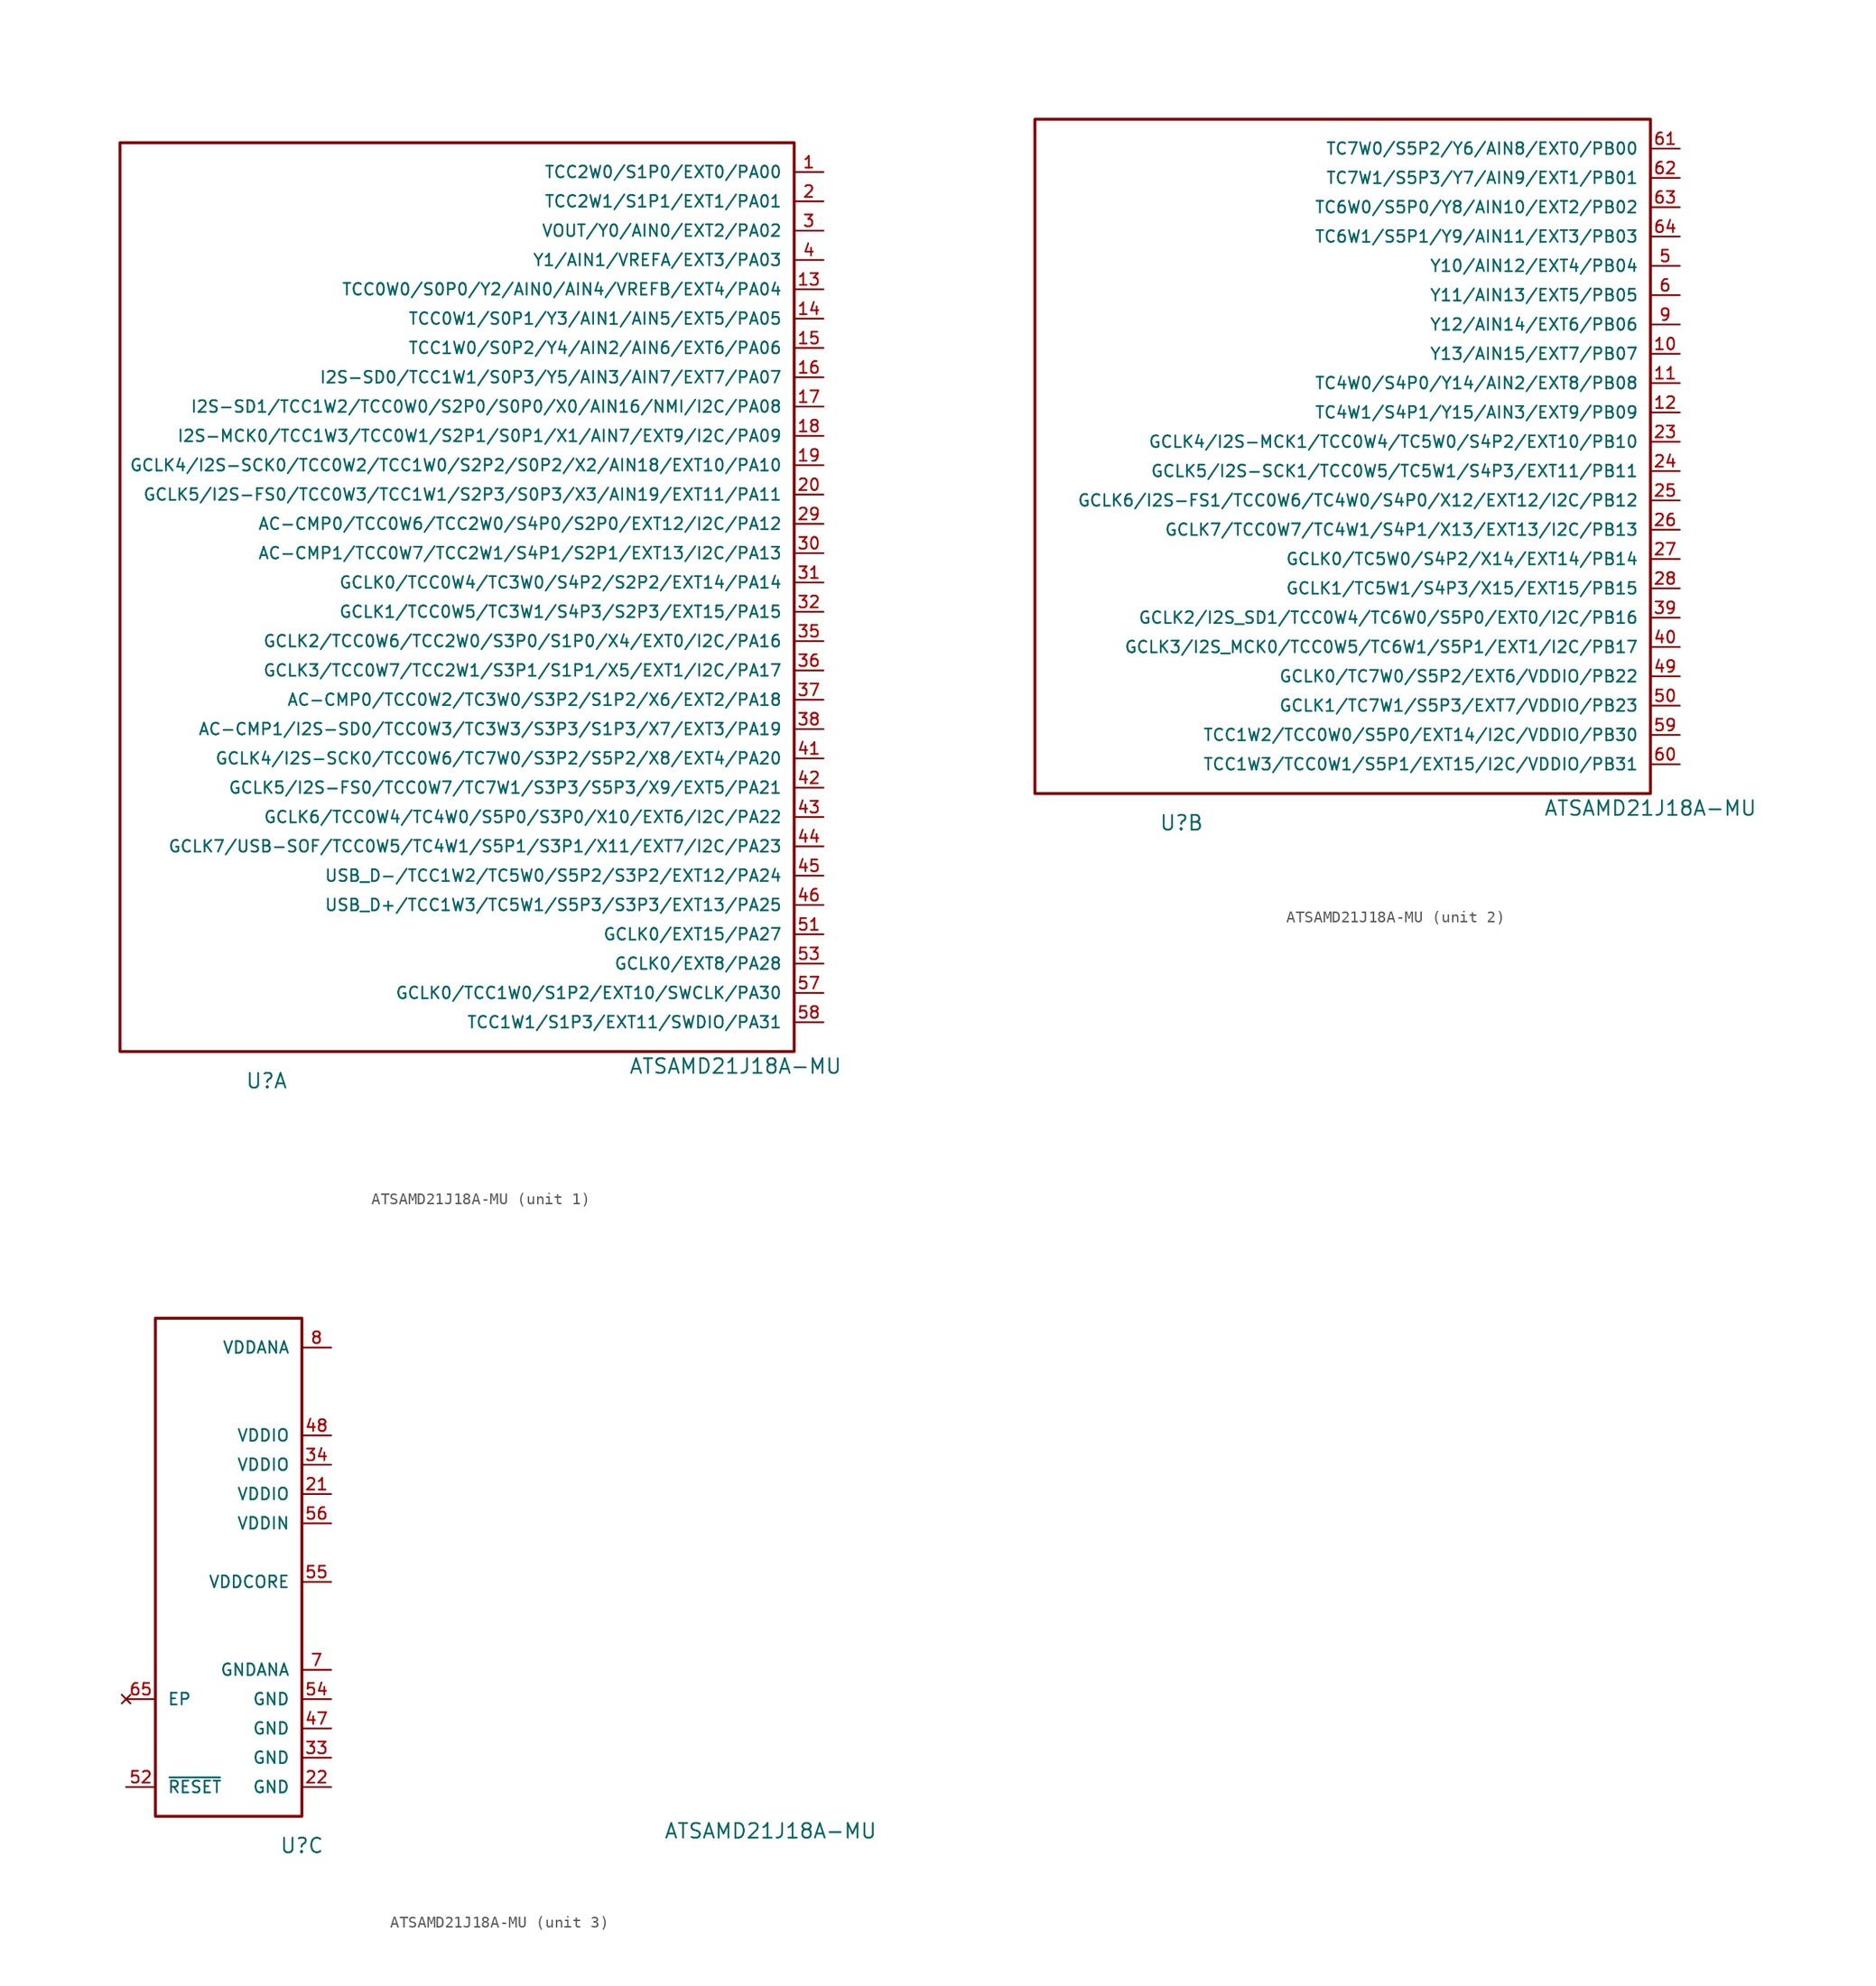
<source format=kicad_sym>
(kicad_symbol_lib
  (version 20220914)
  (generator kicad_symbol_editor)
  (symbol "ATSAMD21J18A-MU"
    (pin_names
      (offset 1.016))
    (property "Reference" "U"
      (at 12.7 -2.54 0)
      (effects (font (size 1.27 1.27))))
    (property "Value" "ATSAMD21J18A-MU"
      (at 53.34 -1.27 0)
      (effects (font (size 1.27 1.27))))
    (property "ki_locked" ""
      (at 0 0 0)
      (effects (font (size 1.27 1.27))))
    (symbol "ATSAMD21J18A-MU_1_1"
      (rectangle (start 0 78.74) (end 58.42 0) (stroke (width 0.254) (type solid)) (fill (type none)))
      (pin bidirectional line (at 60.96 76.2 180) (length 2.54) (name "TCC2W0/S1P0/EXT0/PA00" (effects (font (size 1.016 1.016)))) (number "1" (effects (font (size 1.016 1.016)))))
      (pin bidirectional line (at 60.96 66.04 180) (length 2.54) (name "TCC0W0/S0P0/Y2/AIN0/AIN4/VREFB/EXT4/PA04" (effects (font (size 1.016 1.016)))) (number "13" (effects (font (size 1.016 1.016)))))
      (pin bidirectional line (at 60.96 63.5 180) (length 2.54) (name "TCC0W1/S0P1/Y3/AIN1/AIN5/EXT5/PA05" (effects (font (size 1.016 1.016)))) (number "14" (effects (font (size 1.016 1.016)))))
      (pin bidirectional line (at 60.96 60.96 180) (length 2.54) (name "TCC1W0/S0P2/Y4/AIN2/AIN6/EXT6/PA06" (effects (font (size 1.016 1.016)))) (number "15" (effects (font (size 1.016 1.016)))))
      (pin bidirectional line (at 60.96 58.42 180) (length 2.54) (name "I2S-SD0/TCC1W1/S0P3/Y5/AIN3/AIN7/EXT7/PA07" (effects (font (size 1.016 1.016)))) (number "16" (effects (font (size 1.016 1.016)))))
      (pin bidirectional line (at 60.96 55.88 180) (length 2.54) (name "I2S-SD1/TCC1W2/TCC0W0/S2P0/S0P0/X0/AIN16/NMI/I2C/PA08" (effects (font (size 1.016 1.016)))) (number "17" (effects (font (size 1.016 1.016)))))
      (pin bidirectional line (at 60.96 53.34 180) (length 2.54) (name "I2S-MCK0/TCC1W3/TCC0W1/S2P1/S0P1/X1/AIN7/EXT9/I2C/PA09" (effects (font (size 1.016 1.016)))) (number "18" (effects (font (size 1.016 1.016)))))
      (pin bidirectional line (at 60.96 50.8 180) (length 2.54) (name "GCLK4/I2S-SCK0/TCC0W2/TCC1W0/S2P2/S0P2/X2/AIN18/EXT10/PA10" (effects (font (size 1.016 1.016)))) (number "19" (effects (font (size 1.016 1.016)))))
      (pin bidirectional line (at 60.96 73.66 180) (length 2.54) (name "TCC2W1/S1P1/EXT1/PA01" (effects (font (size 1.016 1.016)))) (number "2" (effects (font (size 1.016 1.016)))))
      (pin bidirectional line (at 60.96 48.26 180) (length 2.54) (name "GCLK5/I2S-FS0/TCC0W3/TCC1W1/S2P3/S0P3/X3/AIN19/EXT11/PA11" (effects (font (size 1.016 1.016)))) (number "20" (effects (font (size 1.016 1.016)))))
      (pin bidirectional line (at 60.96 45.72 180) (length 2.54) (name "AC-CMP0/TCC0W6/TCC2W0/S4P0/S2P0/EXT12/I2C/PA12" (effects (font (size 1.016 1.016)))) (number "29" (effects (font (size 1.016 1.016)))))
      (pin bidirectional line (at 60.96 71.12 180) (length 2.54) (name "VOUT/Y0/AIN0/EXT2/PA02" (effects (font (size 1.016 1.016)))) (number "3" (effects (font (size 1.016 1.016)))))
      (pin bidirectional line (at 60.96 43.18 180) (length 2.54) (name "AC-CMP1/TCC0W7/TCC2W1/S4P1/S2P1/EXT13/I2C/PA13" (effects (font (size 1.016 1.016)))) (number "30" (effects (font (size 1.016 1.016)))))
      (pin bidirectional line (at 60.96 40.64 180) (length 2.54) (name "GCLK0/TCC0W4/TC3W0/S4P2/S2P2/EXT14/PA14" (effects (font (size 1.016 1.016)))) (number "31" (effects (font (size 1.016 1.016)))))
      (pin bidirectional line (at 60.96 38.1 180) (length 2.54) (name "GCLK1/TCC0W5/TC3W1/S4P3/S2P3/EXT15/PA15" (effects (font (size 1.016 1.016)))) (number "32" (effects (font (size 1.016 1.016)))))
      (pin bidirectional line (at 60.96 35.56 180) (length 2.54) (name "GCLK2/TCC0W6/TCC2W0/S3P0/S1P0/X4/EXT0/I2C/PA16" (effects (font (size 1.016 1.016)))) (number "35" (effects (font (size 1.016 1.016)))))
      (pin bidirectional line (at 60.96 33.02 180) (length 2.54) (name "GCLK3/TCC0W7/TCC2W1/S3P1/S1P1/X5/EXT1/I2C/PA17" (effects (font (size 1.016 1.016)))) (number "36" (effects (font (size 1.016 1.016)))))
      (pin bidirectional line (at 60.96 30.48 180) (length 2.54) (name "AC-CMP0/TCC0W2/TC3W0/S3P2/S1P2/X6/EXT2/PA18" (effects (font (size 1.016 1.016)))) (number "37" (effects (font (size 1.016 1.016)))))
      (pin bidirectional line (at 60.96 27.94 180) (length 2.54) (name "AC-CMP1/I2S-SD0/TCC0W3/TC3W3/S3P3/S1P3/X7/EXT3/PA19" (effects (font (size 1.016 1.016)))) (number "38" (effects (font (size 1.016 1.016)))))
      (pin bidirectional line (at 60.96 68.58 180) (length 2.54) (name "Y1/AIN1/VREFA/EXT3/PA03" (effects (font (size 1.016 1.016)))) (number "4" (effects (font (size 1.016 1.016)))))
      (pin bidirectional line (at 60.96 25.4 180) (length 2.54) (name "GCLK4/I2S-SCK0/TCC0W6/TC7W0/S3P2/S5P2/X8/EXT4/PA20" (effects (font (size 1.016 1.016)))) (number "41" (effects (font (size 1.016 1.016)))))
      (pin bidirectional line (at 60.96 22.86 180) (length 2.54) (name "GCLK5/I2S-FS0/TCC0W7/TC7W1/S3P3/S5P3/X9/EXT5/PA21" (effects (font (size 1.016 1.016)))) (number "42" (effects (font (size 1.016 1.016)))))
      (pin bidirectional line (at 60.96 20.32 180) (length 2.54) (name "GCLK6/TCC0W4/TC4W0/S5P0/S3P0/X10/EXT6/I2C/PA22" (effects (font (size 1.016 1.016)))) (number "43" (effects (font (size 1.016 1.016)))))
      (pin bidirectional line (at 60.96 17.78 180) (length 2.54) (name "GCLK7/USB-SOF/TCC0W5/TC4W1/S5P1/S3P1/X11/EXT7/I2C/PA23" (effects (font (size 1.016 1.016)))) (number "44" (effects (font (size 1.016 1.016)))))
      (pin bidirectional line (at 60.96 15.24 180) (length 2.54) (name "USB_D-/TCC1W2/TC5W0/S5P2/S3P2/EXT12/PA24" (effects (font (size 1.016 1.016)))) (number "45" (effects (font (size 1.016 1.016)))))
      (pin bidirectional line (at 60.96 12.7 180) (length 2.54) (name "USB_D+/TCC1W3/TC5W1/S5P3/S3P3/EXT13/PA25" (effects (font (size 1.016 1.016)))) (number "46" (effects (font (size 1.016 1.016)))))
      (pin bidirectional line (at 60.96 10.16 180) (length 2.54) (name "GCLK0/EXT15/PA27" (effects (font (size 1.016 1.016)))) (number "51" (effects (font (size 1.016 1.016)))))
      (pin bidirectional line (at 60.96 7.62 180) (length 2.54) (name "GCLK0/EXT8/PA28" (effects (font (size 1.016 1.016)))) (number "53" (effects (font (size 1.016 1.016)))))
      (pin bidirectional line (at 60.96 5.08 180) (length 2.54) (name "GCLK0/TCC1W0/S1P2/EXT10/SWCLK/PA30" (effects (font (size 1.016 1.016)))) (number "57" (effects (font (size 1.016 1.016)))))
      (pin bidirectional line (at 60.96 2.54 180) (length 2.54) (name "TCC1W1/S1P3/EXT11/SWDIO/PA31" (effects (font (size 1.016 1.016)))) (number "58" (effects (font (size 1.016 1.016))))))
    (symbol "ATSAMD21J18A-MU_2_1"
      (rectangle (start 53.34 58.42) (end 0 0) (stroke (width 0.254) (type solid)) (fill (type none)))
      (pin bidirectional line (at 55.88 38.1 180) (length 2.54) (name "Y13/AIN15/EXT7/PB07" (effects (font (size 1.016 1.016)))) (number "10" (effects (font (size 1.016 1.016)))))
      (pin bidirectional line (at 55.88 35.56 180) (length 2.54) (name "TC4W0/S4P0/Y14/AIN2/EXT8/PB08" (effects (font (size 1.016 1.016)))) (number "11" (effects (font (size 1.016 1.016)))))
      (pin bidirectional line (at 55.88 33.02 180) (length 2.54) (name "TC4W1/S4P1/Y15/AIN3/EXT9/PB09" (effects (font (size 1.016 1.016)))) (number "12" (effects (font (size 1.016 1.016)))))
      (pin bidirectional line (at 55.88 30.48 180) (length 2.54) (name "GCLK4/I2S-MCK1/TCC0W4/TC5W0/S4P2/EXT10/PB10" (effects (font (size 1.016 1.016)))) (number "23" (effects (font (size 1.016 1.016)))))
      (pin bidirectional line (at 55.88 27.94 180) (length 2.54) (name "GCLK5/I2S-SCK1/TCC0W5/TC5W1/S4P3/EXT11/PB11" (effects (font (size 1.016 1.016)))) (number "24" (effects (font (size 1.016 1.016)))))
      (pin bidirectional line (at 55.88 25.4 180) (length 2.54) (name "GCLK6/I2S-FS1/TCC0W6/TC4W0/S4P0/X12/EXT12/I2C/PB12" (effects (font (size 1.016 1.016)))) (number "25" (effects (font (size 1.016 1.016)))))
      (pin bidirectional line (at 55.88 22.86 180) (length 2.54) (name "GCLK7/TCC0W7/TC4W1/S4P1/X13/EXT13/I2C/PB13" (effects (font (size 1.016 1.016)))) (number "26" (effects (font (size 1.016 1.016)))))
      (pin bidirectional line (at 55.88 20.32 180) (length 2.54) (name "GCLK0/TC5W0/S4P2/X14/EXT14/PB14" (effects (font (size 1.016 1.016)))) (number "27" (effects (font (size 1.016 1.016)))))
      (pin bidirectional line (at 55.88 17.78 180) (length 2.54) (name "GCLK1/TC5W1/S4P3/X15/EXT15/PB15" (effects (font (size 1.016 1.016)))) (number "28" (effects (font (size 1.016 1.016)))))
      (pin bidirectional line (at 55.88 15.24 180) (length 2.54) (name "GCLK2/I2S_SD1/TCC0W4/TC6W0/S5P0/EXT0/I2C/PB16" (effects (font (size 1.016 1.016)))) (number "39" (effects (font (size 1.016 1.016)))))
      (pin bidirectional line (at 55.88 12.7 180) (length 2.54) (name "GCLK3/I2S_MCK0/TCC0W5/TC6W1/S5P1/EXT1/I2C/PB17" (effects (font (size 1.016 1.016)))) (number "40" (effects (font (size 1.016 1.016)))))
      (pin bidirectional line (at 55.88 10.16 180) (length 2.54) (name "GCLK0/TC7W0/S5P2/EXT6/VDDIO/PB22" (effects (font (size 1.016 1.016)))) (number "49" (effects (font (size 1.016 1.016)))))
      (pin bidirectional line (at 55.88 45.72 180) (length 2.54) (name "Y10/AIN12/EXT4/PB04" (effects (font (size 1.016 1.016)))) (number "5" (effects (font (size 1.016 1.016)))))
      (pin bidirectional line (at 55.88 7.62 180) (length 2.54) (name "GCLK1/TC7W1/S5P3/EXT7/VDDIO/PB23" (effects (font (size 1.016 1.016)))) (number "50" (effects (font (size 1.016 1.016)))))
      (pin bidirectional line (at 55.88 5.08 180) (length 2.54) (name "TCC1W2/TCC0W0/S5P0/EXT14/I2C/VDDIO/PB30" (effects (font (size 1.016 1.016)))) (number "59" (effects (font (size 1.016 1.016)))))
      (pin bidirectional line (at 55.88 43.18 180) (length 2.54) (name "Y11/AIN13/EXT5/PB05" (effects (font (size 1.016 1.016)))) (number "6" (effects (font (size 1.016 1.016)))))
      (pin bidirectional line (at 55.88 2.54 180) (length 2.54) (name "TCC1W3/TCC0W1/S5P1/EXT15/I2C/VDDIO/PB31" (effects (font (size 1.016 1.016)))) (number "60" (effects (font (size 1.016 1.016)))))
      (pin bidirectional line (at 55.88 55.88 180) (length 2.54) (name "TC7W0/S5P2/Y6/AIN8/EXT0/PB00" (effects (font (size 1.016 1.016)))) (number "61" (effects (font (size 1.016 1.016)))))
      (pin bidirectional line (at 55.88 53.34 180) (length 2.54) (name "TC7W1/S5P3/Y7/AIN9/EXT1/PB01" (effects (font (size 1.016 1.016)))) (number "62" (effects (font (size 1.016 1.016)))))
      (pin bidirectional line (at 55.88 50.8 180) (length 2.54) (name "TC6W0/S5P0/Y8/AIN10/EXT2/PB02" (effects (font (size 1.016 1.016)))) (number "63" (effects (font (size 1.016 1.016)))))
      (pin bidirectional line (at 55.88 48.26 180) (length 2.54) (name "TC6W1/S5P1/Y9/AIN11/EXT3/PB03" (effects (font (size 1.016 1.016)))) (number "64" (effects (font (size 1.016 1.016)))))
      (pin bidirectional line (at 55.88 40.64 180) (length 2.54) (name "Y12/AIN14/EXT6/PB06" (effects (font (size 1.016 1.016)))) (number "9" (effects (font (size 1.016 1.016))))))
    (symbol "ATSAMD21J18A-MU_3_1"
      (rectangle (start 0 0) (end 12.7 43.18) (stroke (width 0.254) (type solid)) (fill (type none)))
      (pin power_in line (at 15.24 27.94 180) (length 2.54) (name "VDDIO" (effects (font (size 1.016 1.016)))) (number "21" (effects (font (size 1.016 1.016)))))
      (pin power_in line (at 15.24 2.54 180) (length 2.54) (name "GND" (effects (font (size 1.016 1.016)))) (number "22" (effects (font (size 1.016 1.016)))))
      (pin power_in line (at 15.24 5.08 180) (length 2.54) (name "GND" (effects (font (size 1.016 1.016)))) (number "33" (effects (font (size 1.016 1.016)))))
      (pin power_in line (at 15.24 30.48 180) (length 2.54) (name "VDDIO" (effects (font (size 1.016 1.016)))) (number "34" (effects (font (size 1.016 1.016)))))
      (pin power_in line (at 15.24 7.62 180) (length 2.54) (name "GND" (effects (font (size 1.016 1.016)))) (number "47" (effects (font (size 1.016 1.016)))))
      (pin power_in line (at 15.24 33.02 180) (length 2.54) (name "VDDIO" (effects (font (size 1.016 1.016)))) (number "48" (effects (font (size 1.016 1.016)))))
      (pin bidirectional line (at -2.54 2.54 0) (length 2.54) (name "~{RESET}" (effects (font (size 1.016 1.016)))) (number "52" (effects (font (size 1.016 1.016)))))
      (pin power_in line (at 15.24 10.16 180) (length 2.54) (name "GND" (effects (font (size 1.016 1.016)))) (number "54" (effects (font (size 1.016 1.016)))))
      (pin power_out line (at 15.24 20.32 180) (length 2.54) (name "VDDCORE" (effects (font (size 1.016 1.016)))) (number "55" (effects (font (size 1.016 1.016)))))
      (pin power_in line (at 15.24 25.4 180) (length 2.54) (name "VDDIN" (effects (font (size 1.016 1.016)))) (number "56" (effects (font (size 1.016 1.016)))))
      (pin no_connect line (at -2.54 10.16 0) (length 2.54) (name "EP" (effects (font (size 1.016 1.016)))) (number "65" (effects (font (size 1.016 1.016)))))
      (pin power_in line (at 15.24 12.7 180) (length 2.54) (name "GNDANA" (effects (font (size 1.016 1.016)))) (number "7" (effects (font (size 1.016 1.016)))))
      (pin power_in line (at 15.24 40.64 180) (length 2.54) (name "VDDANA" (effects (font (size 1.016 1.016)))) (number "8" (effects (font (size 1.016 1.016))))))))
</source>
